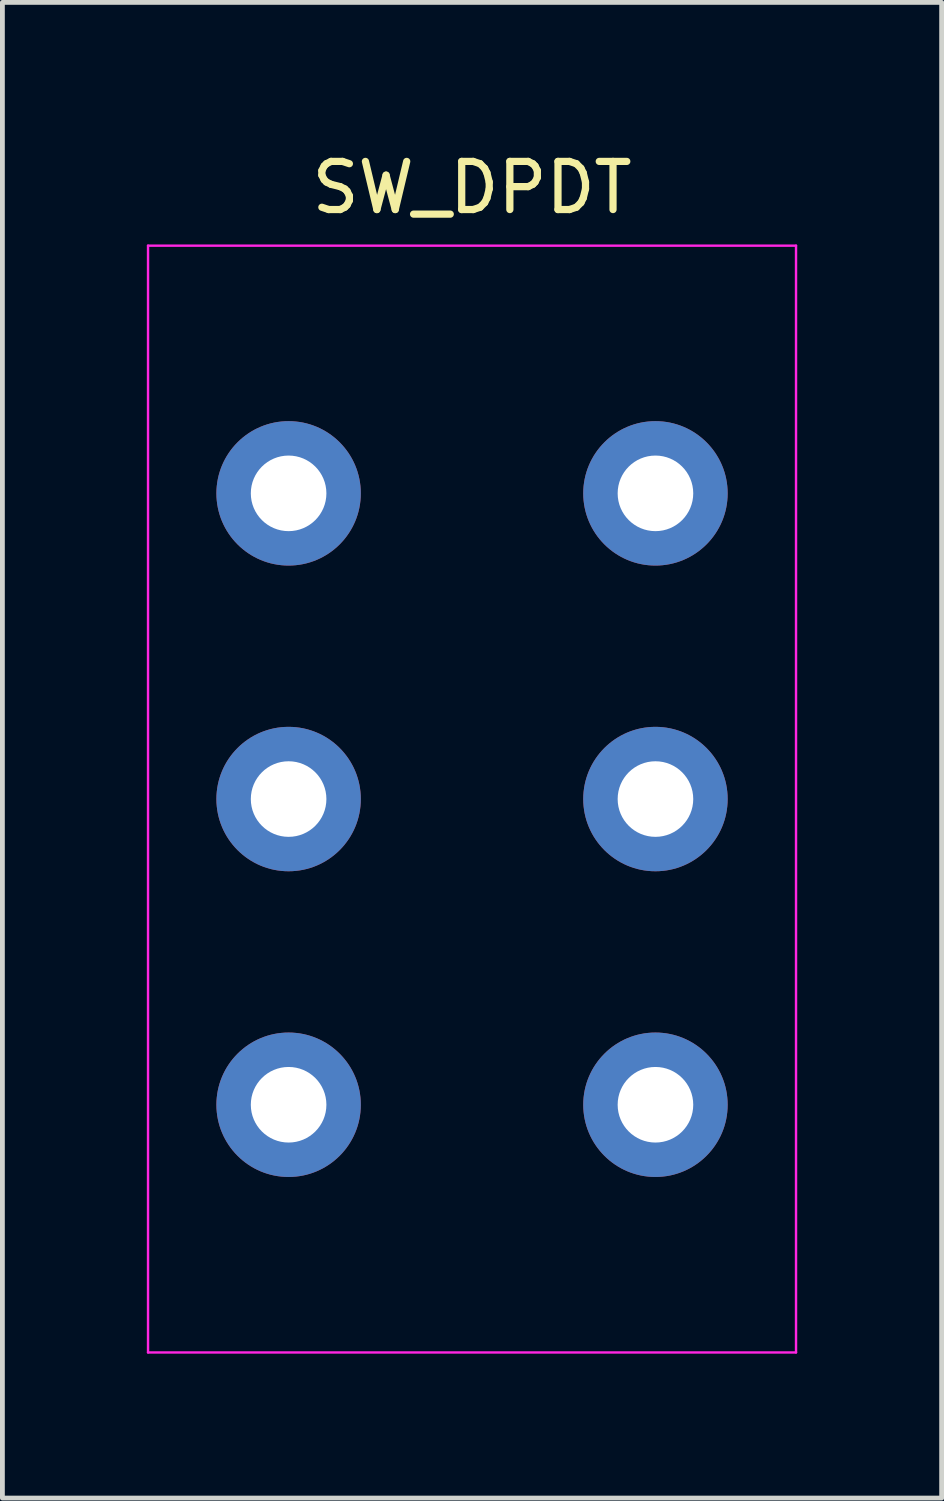
<source format=kicad_pcb>
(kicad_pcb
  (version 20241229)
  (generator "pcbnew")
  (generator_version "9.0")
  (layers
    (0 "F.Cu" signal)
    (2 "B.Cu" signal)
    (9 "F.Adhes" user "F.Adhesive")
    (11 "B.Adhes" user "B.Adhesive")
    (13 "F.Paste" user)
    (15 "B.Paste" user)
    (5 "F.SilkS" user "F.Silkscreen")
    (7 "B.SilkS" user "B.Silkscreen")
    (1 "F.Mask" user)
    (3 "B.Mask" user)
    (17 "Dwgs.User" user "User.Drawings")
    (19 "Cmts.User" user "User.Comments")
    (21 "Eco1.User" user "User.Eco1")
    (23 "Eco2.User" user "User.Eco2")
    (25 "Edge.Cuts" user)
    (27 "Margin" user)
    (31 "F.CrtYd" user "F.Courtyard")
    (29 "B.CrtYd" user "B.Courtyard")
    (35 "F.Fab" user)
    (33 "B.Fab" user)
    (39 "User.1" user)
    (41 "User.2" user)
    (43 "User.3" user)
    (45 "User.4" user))
  (footprint "SW_DPDT"
    (layer "F.Cu")
    (at 6.755 13.548)
    (property "Reference" "SW_DPDT" (at 0 -12.7 0) (layer "F.SilkS") (effects (font (size 1 1) (thickness 0.15))))
    (attr through_hole)
    (fp_line (start -6.73 -11.495) (end -6.73 11.495) (stroke (width 0.05) (type solid)) (layer "F.CrtYd"))
    (fp_line (start -6.73 -11.495) (end 6.73 -11.495) (stroke (width 0.05) (type solid)) (layer "F.CrtYd"))
    (fp_line (start -6.73 11.495) (end 6.73 11.495) (stroke (width 0.05) (type solid)) (layer "F.CrtYd"))
    (fp_line (start 6.73 -11.495) (end 6.73 11.495) (stroke (width 0.05) (type solid)) (layer "F.CrtYd"))
    (pad "1" thru_hole circle (at -3.81 -6.35) (size 3 3) (drill 1.57) (layers "*.Cu" "*.Mask"))
    (pad "2" thru_hole circle (at -3.81 0) (size 3 3) (drill 1.57) (layers "*.Cu" "*.Mask"))
    (pad "3" thru_hole circle (at -3.81 6.35) (size 3 3) (drill 1.57) (layers "*.Cu" "*.Mask"))
    (pad "4" thru_hole circle (at 3.81 -6.35) (size 3 3) (drill 1.57) (layers "*.Cu" "*.Mask"))
    (pad "5" thru_hole circle (at 3.81 0) (size 3 3) (drill 1.57) (layers "*.Cu" "*.Mask"))
    (pad "6" thru_hole circle (at 3.81 6.35) (size 3 3) (drill 1.57) (layers "*.Cu" "*.Mask")))
  (gr_rect
    (start -3 -3)
    (end 16.51 28.068)
    (stroke (width 0.1) (type default))
    (fill no)
    (layer "Edge.Cuts")))
</source>
